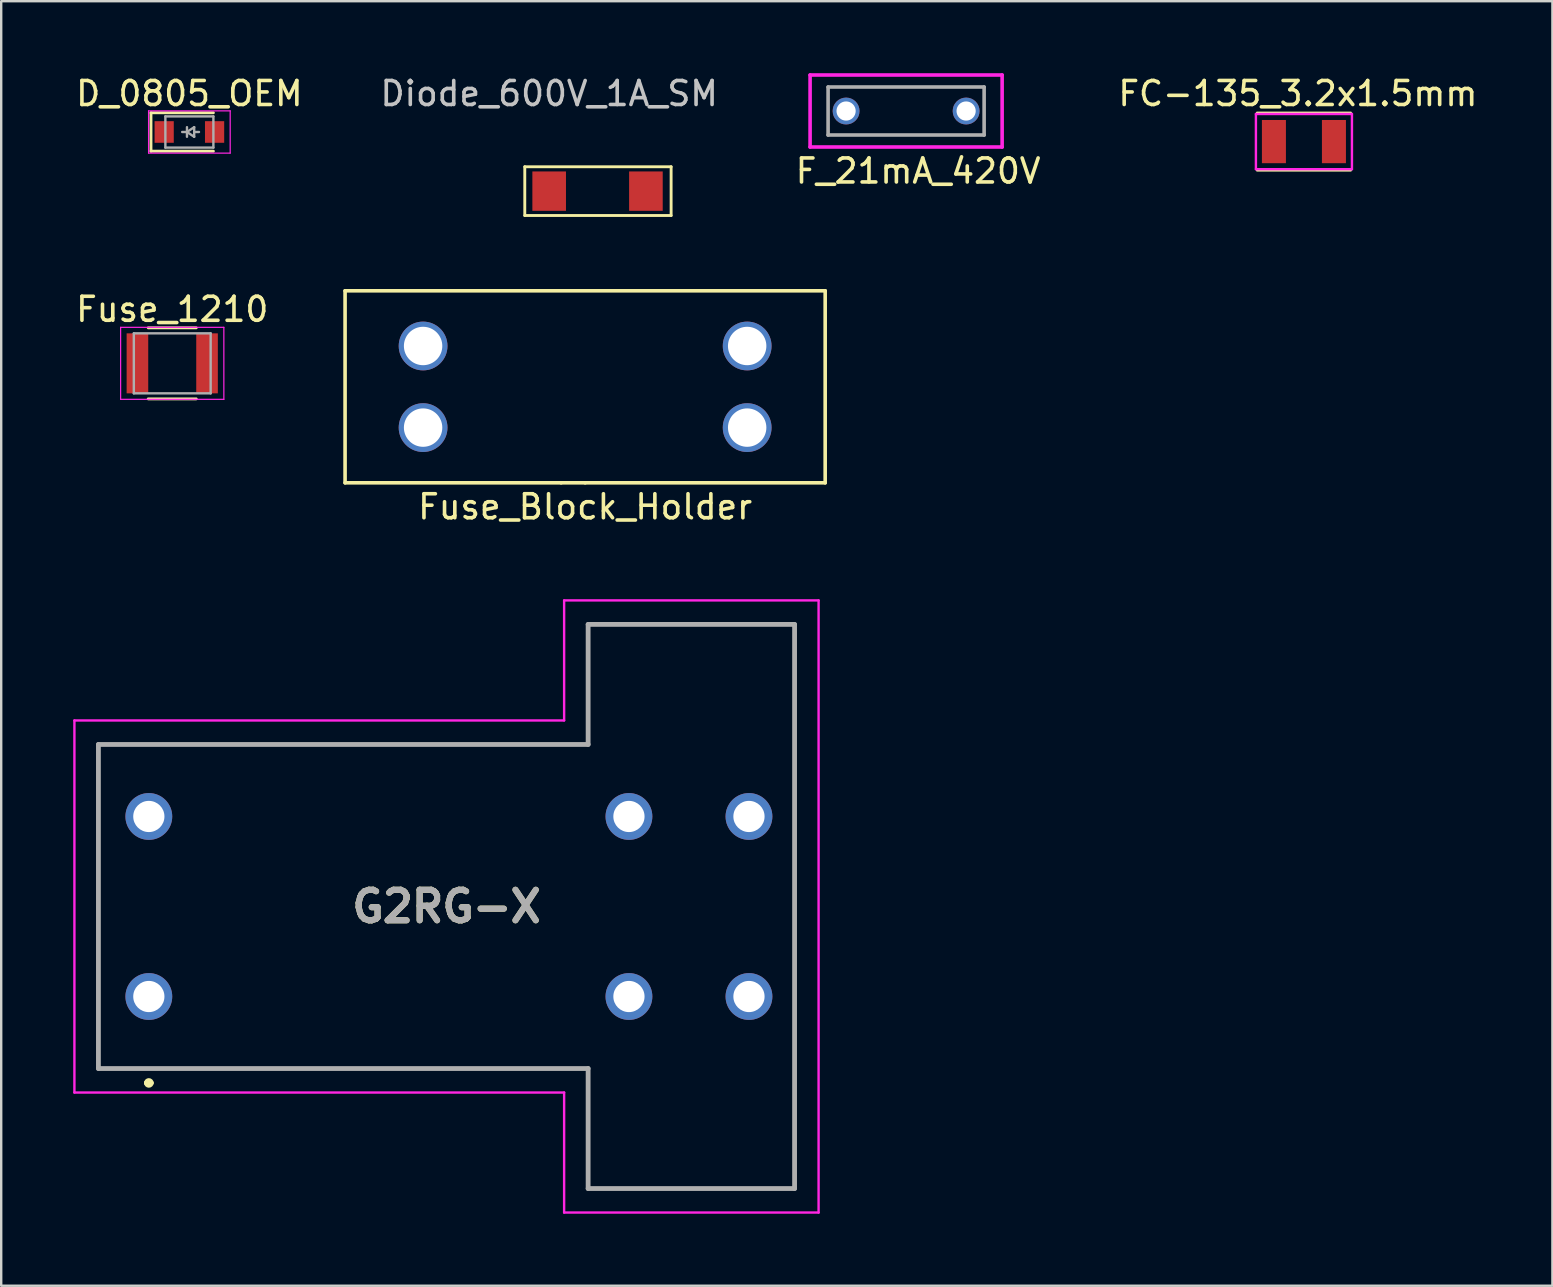
<source format=kicad_pcb>
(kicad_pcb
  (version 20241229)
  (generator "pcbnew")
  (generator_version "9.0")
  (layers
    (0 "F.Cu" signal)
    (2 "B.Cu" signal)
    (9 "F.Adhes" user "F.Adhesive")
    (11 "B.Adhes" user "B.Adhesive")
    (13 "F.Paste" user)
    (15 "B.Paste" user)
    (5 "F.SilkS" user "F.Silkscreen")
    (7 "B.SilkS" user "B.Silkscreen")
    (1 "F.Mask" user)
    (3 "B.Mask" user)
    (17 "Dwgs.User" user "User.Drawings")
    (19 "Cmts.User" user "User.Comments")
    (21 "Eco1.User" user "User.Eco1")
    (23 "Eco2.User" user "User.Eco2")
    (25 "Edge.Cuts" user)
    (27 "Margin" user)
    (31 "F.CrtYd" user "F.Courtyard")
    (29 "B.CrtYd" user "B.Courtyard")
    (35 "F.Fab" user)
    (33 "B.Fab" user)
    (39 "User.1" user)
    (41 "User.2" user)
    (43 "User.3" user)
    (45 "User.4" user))
  (footprint "Diode_600V_1A_SM"
    (layer "F.Cu")
    (at 19.827 4.912)
    (property "Reference" "Diode_600V_1A_SM" (at 0 -4.064 0) (layer "Dwgs.User") (effects (font (size 1 1) (thickness 0.15))))
    (attr through_hole)
    (fp_line (start -1.016 -1.016) (end 5.08 -1.016) (stroke (width 0.12) (type solid)) (layer "F.SilkS"))
    (fp_line (start -1.016 1.016) (end -1.016 -1.016) (stroke (width 0.12) (type solid)) (layer "F.SilkS"))
    (fp_line (start 5.08 -1.016) (end 5.08 1.016) (stroke (width 0.12) (type solid)) (layer "F.SilkS"))
    (fp_line (start 5.08 1.016) (end -1.016 1.016) (stroke (width 0.12) (type solid)) (layer "F.SilkS"))
    (pad "1" smd rect (at 0 0) (size 1.4 1.64) (layers "F.Cu" "F.Mask" "F.Paste"))
    (pad "2" smd rect (at 4.03 0) (size 1.4 1.64) (layers "F.Cu" "F.Mask" "F.Paste")))
  (footprint "F_21mA_420V"
    (layer "F.Cu")
    (at 32.196 1.575)
    (property "Reference" "F_21mA_420V" (at 3 2.5 0) (layer "F.SilkS") (effects (font (size 1 1) (thickness 0.15))))
    (attr through_hole)
    (fp_line (start -1.5 -1.5) (end 6.5 -1.5) (stroke (width 0.15) (type solid)) (layer "F.CrtYd"))
    (fp_line (start -1.5 1.5) (end -1.5 -1.5) (stroke (width 0.15) (type solid)) (layer "F.CrtYd"))
    (fp_line (start 6.5 -1.5) (end 6.5 1.5) (stroke (width 0.15) (type solid)) (layer "F.CrtYd"))
    (fp_line (start 6.5 1.5) (end -1.5 1.5) (stroke (width 0.15) (type solid)) (layer "F.CrtYd"))
    (fp_line (start -0.75 -1) (end 5.75 -1) (stroke (width 0.15) (type solid)) (layer "F.Fab"))
    (fp_line (start -0.75 1) (end -0.75 -1) (stroke (width 0.15) (type solid)) (layer "F.Fab"))
    (fp_line (start 5.75 -1) (end 5.75 1) (stroke (width 0.15) (type solid)) (layer "F.Fab"))
    (fp_line (start 5.75 1) (end -0.75 1) (stroke (width 0.15) (type solid)) (layer "F.Fab"))
    (pad "1" thru_hole circle (at 0 0) (size 1.118 1.118) (drill 0.8) (layers "*.Cu" "*.Mask"))
    (pad "2" thru_hole circle (at 5 0) (size 1.118 1.118) (drill 0.8) (layers "*.Cu" "*.Mask")))
  (footprint "Fuse_1210"
    (layer "F.Cu")
    (at 4.125 12.086)
    (property "Reference" "Fuse_1210" (at 0 -2.25 0) (layer "F.SilkS") (effects (font (size 1 1) (thickness 0.15))))
    (attr smd)
    (fp_line (start -1 -1.48) (end 1 -1.48) (stroke (width 0.12) (type solid)) (layer "F.SilkS"))
    (fp_line (start 1 1.48) (end -1 1.48) (stroke (width 0.12) (type solid)) (layer "F.SilkS"))
    (fp_line (start -2.15 -1.5) (end -2.15 1.5) (stroke (width 0.05) (type solid)) (layer "F.CrtYd"))
    (fp_line (start -2.15 -1.5) (end 2.15 -1.5) (stroke (width 0.05) (type solid)) (layer "F.CrtYd"))
    (fp_line (start 2.15 1.5) (end -2.15 1.5) (stroke (width 0.05) (type solid)) (layer "F.CrtYd"))
    (fp_line (start 2.15 1.5) (end 2.15 -1.5) (stroke (width 0.05) (type solid)) (layer "F.CrtYd"))
    (fp_line (start -1.6 -1.25) (end 1.6 -1.25) (stroke (width 0.1) (type solid)) (layer "F.Fab"))
    (fp_line (start -1.6 1.25) (end -1.6 -1.25) (stroke (width 0.1) (type solid)) (layer "F.Fab"))
    (fp_line (start 1.6 -1.25) (end 1.6 1.25) (stroke (width 0.1) (type solid)) (layer "F.Fab"))
    (fp_line (start 1.6 1.25) (end -1.6 1.25) (stroke (width 0.1) (type solid)) (layer "F.Fab"))
    (pad "1" smd rect (at -1.45 0) (size 0.9 2.5) (layers "F.Cu" "F.Mask" "F.Paste"))
    (pad "2" smd rect (at 1.45 0) (size 0.9 2.5) (layers "F.Cu" "F.Mask" "F.Paste")))
  (footprint "FC-135_3.2x1.5mm"
    (layer "F.Cu")
    (at 50.018 2.848)
    (property "Reference" "FC-135_3.2x1.5mm" (at 1 -2 0) (layer "F.SilkS") (effects (font (size 1 1) (thickness 0.15))))
    (attr through_hole)
    (fp_line (start -0.7 -1.2) (end 3.2 -1.2) (stroke (width 0.1) (type solid)) (layer "F.SilkS"))
    (fp_line (start -0.7 1.2) (end 3.2 1.2) (stroke (width 0.1) (type solid)) (layer "F.SilkS"))
    (fp_line (start -0.75 -1.15) (end -0.75 1.15) (stroke (width 0.1) (type solid)) (layer "F.CrtYd"))
    (fp_line (start -0.75 -1.15) (end 3.25 -1.15) (stroke (width 0.1) (type solid)) (layer "F.CrtYd"))
    (fp_line (start -0.75 1.15) (end 3.25 1.15) (stroke (width 0.1) (type solid)) (layer "F.CrtYd"))
    (fp_line (start 3.25 -1.15) (end 3.25 1.15) (stroke (width 0.1) (type solid)) (layer "F.CrtYd"))
    (pad "1" smd rect (at 0 0) (size 1 1.8) (layers "F.Cu" "F.Mask" "F.Paste"))
    (pad "2" smd rect (at 2.5 0) (size 1 1.8) (layers "F.Cu" "F.Mask" "F.Paste")))
  (footprint "D_0805_OEM"
    (layer "F.Cu")
    (at 4.839 2.448)
    (property "Reference" "D_0805_OEM" (at 0 -1.6 0) (layer "F.SilkS") (effects (font (size 1 1) (thickness 0.15))))
    (attr smd)
    (fp_line (start -1.6 -0.8) (end -1.6 0.8) (stroke (width 0.12) (type solid)) (layer "F.SilkS"))
    (fp_line (start -1.6 -0.8) (end 1 -0.8) (stroke (width 0.12) (type solid)) (layer "F.SilkS"))
    (fp_line (start -1.6 0.8) (end 1 0.8) (stroke (width 0.12) (type solid)) (layer "F.SilkS"))
    (fp_line (start -1.7 -0.88) (end 1.7 -0.88) (stroke (width 0.05) (type solid)) (layer "F.CrtYd"))
    (fp_line (start -1.7 0.88) (end -1.7 -0.88) (stroke (width 0.05) (type solid)) (layer "F.CrtYd"))
    (fp_line (start 1.7 -0.88) (end 1.7 0.88) (stroke (width 0.05) (type solid)) (layer "F.CrtYd"))
    (fp_line (start 1.7 0.88) (end -1.7 0.88) (stroke (width 0.05) (type solid)) (layer "F.CrtYd"))
    (fp_line (start -1 -0.65) (end 1 -0.65) (stroke (width 0.1) (type solid)) (layer "F.Fab"))
    (fp_line (start -1 0.65) (end -1 -0.65) (stroke (width 0.1) (type solid)) (layer "F.Fab"))
    (fp_line (start -0.1 -0.2) (end -0.1 0.2) (stroke (width 0.1) (type solid)) (layer "F.Fab"))
    (fp_line (start -0.1 0) (end -0.3 0) (stroke (width 0.1) (type solid)) (layer "F.Fab"))
    (fp_line (start -0.1 0) (end 0.2 0.2) (stroke (width 0.1) (type solid)) (layer "F.Fab"))
    (fp_line (start 0.2 -0.2) (end -0.1 0) (stroke (width 0.1) (type solid)) (layer "F.Fab"))
    (fp_line (start 0.2 0) (end 0.4 0) (stroke (width 0.1) (type solid)) (layer "F.Fab"))
    (fp_line (start 0.2 0.2) (end 0.2 -0.2) (stroke (width 0.1) (type solid)) (layer "F.Fab"))
    (fp_line (start 1 -0.65) (end 1 0.65) (stroke (width 0.1) (type solid)) (layer "F.Fab"))
    (fp_line (start 1 0.65) (end -1 0.65) (stroke (width 0.1) (type solid)) (layer "F.Fab"))
    (pad "1" smd rect (at -1.05 0) (size 0.8 0.9) (layers "F.Cu" "F.Mask" "F.Paste"))
    (pad "2" smd rect (at 1.05 0) (size 0.8 0.9) (layers "F.Cu" "F.Mask" "F.Paste")))
  (footprint "Fuse_Block_Holder"
    (layer "F.Cu")
    (at 21.325 13.063)
    (property "Reference" "Fuse_Block_Holder" (at 0 5 0) (layer "F.SilkS") (effects (font (size 1 1) (thickness 0.15))))
    (attr through_hole)
    (fp_line (start -10 -4) (end -10 4) (stroke (width 0.15) (type solid)) (layer "F.SilkS"))
    (fp_line (start -10 4) (end -1 4) (stroke (width 0.15) (type solid)) (layer "F.SilkS"))
    (fp_line (start -1 4) (end 0 4) (stroke (width 0.15) (type solid)) (layer "F.SilkS"))
    (fp_line (start 0 4) (end 10 4) (stroke (width 0.15) (type solid)) (layer "F.SilkS"))
    (fp_line (start 10 -4) (end -10 -4) (stroke (width 0.15) (type solid)) (layer "F.SilkS"))
    (fp_line (start 10 4) (end 10 -4) (stroke (width 0.15) (type solid)) (layer "F.SilkS"))
    (pad "1" thru_hole circle (at -6.75 -1.7 90) (size 2.032 2.032) (drill 1.6) (layers "*.Cu" "*.Mask"))
    (pad "1" thru_hole circle (at -6.75 1.7) (size 2.032 2.032) (drill 1.6) (layers "*.Cu" "*.Mask"))
    (pad "2" thru_hole circle (at 6.75 -1.7) (size 2.032 2.032) (drill 1.6) (layers "*.Cu" "*.Mask"))
    (pad "2" thru_hole circle (at 6.75 1.7) (size 2.032 2.032) (drill 1.6) (layers "*.Cu" "*.Mask")))
  (footprint "G2RG-X"
    (layer "F.Cu")
    (at 3.15 38.462)
    (property "Reference" "G2RG-X" (at 12.4 -3.75 0) (layer "F.SilkS") (effects (font (size 1.27 1.27) (thickness 0.254))))
    (attr through_hole)
    (fp_line (start -2.1 -10.5) (end -2.1 3) (stroke (width 0.1) (type solid)) (layer "F.SilkS"))
    (fp_line (start -2.1 3) (end 18.3 3) (stroke (width 0.1) (type solid)) (layer "F.SilkS"))
    (fp_line (start -0.1 3.6) (end -0.1 3.6) (stroke (width 0.2) (type solid)) (layer "F.SilkS"))
    (fp_line (start 0.1 3.6) (end 0.1 3.6) (stroke (width 0.2) (type solid)) (layer "F.SilkS"))
    (fp_line (start 18.3 -15.5) (end 18.3 -10.5) (stroke (width 0.1) (type solid)) (layer "F.SilkS"))
    (fp_line (start 18.3 -10.5) (end -2.1 -10.5) (stroke (width 0.1) (type solid)) (layer "F.SilkS"))
    (fp_line (start 18.3 3) (end 18.3 8) (stroke (width 0.1) (type solid)) (layer "F.SilkS"))
    (fp_line (start 18.3 8) (end 26.9 8) (stroke (width 0.1) (type solid)) (layer "F.SilkS"))
    (fp_line (start 26.9 -15.5) (end 18.3 -15.5) (stroke (width 0.1) (type solid)) (layer "F.SilkS"))
    (fp_line (start 26.9 8) (end 26.9 -15.5) (stroke (width 0.1) (type solid)) (layer "F.SilkS"))
    (fp_arc (start -0.1 3.6) (mid 0 3.5) (end 0.1 3.6) (stroke (width 0.2) (type solid)) (layer "F.SilkS"))
    (fp_arc (start 0.1 3.6) (mid 0 3.7) (end -0.1 3.6) (stroke (width 0.2) (type solid)) (layer "F.SilkS"))
    (fp_line (start -3.1 -11.5) (end 17.3 -11.5) (stroke (width 0.1) (type solid)) (layer "F.CrtYd"))
    (fp_line (start -3.1 4) (end -3.1 -11.5) (stroke (width 0.1) (type solid)) (layer "F.CrtYd"))
    (fp_line (start 17.3 -16.5) (end 27.9 -16.5) (stroke (width 0.1) (type solid)) (layer "F.CrtYd"))
    (fp_line (start 17.3 -11.5) (end 17.3 -16.5) (stroke (width 0.1) (type solid)) (layer "F.CrtYd"))
    (fp_line (start 17.3 4) (end -3.1 4) (stroke (width 0.1) (type solid)) (layer "F.CrtYd"))
    (fp_line (start 17.3 9) (end 17.3 4) (stroke (width 0.1) (type solid)) (layer "F.CrtYd"))
    (fp_line (start 27.9 -16.5) (end 27.9 9) (stroke (width 0.1) (type solid)) (layer "F.CrtYd"))
    (fp_line (start 27.9 9) (end 17.3 9) (stroke (width 0.1) (type solid)) (layer "F.CrtYd"))
    (fp_line (start -2.1 -10.5) (end -2.1 3) (stroke (width 0.2) (type solid)) (layer "F.Fab"))
    (fp_line (start -2.1 3) (end 18.3 3) (stroke (width 0.2) (type solid)) (layer "F.Fab"))
    (fp_line (start 18.3 -15.5) (end 18.3 -10.5) (stroke (width 0.2) (type solid)) (layer "F.Fab"))
    (fp_line (start 18.3 -10.5) (end -2.1 -10.5) (stroke (width 0.2) (type solid)) (layer "F.Fab"))
    (fp_line (start 18.3 3) (end 18.3 8) (stroke (width 0.2) (type solid)) (layer "F.Fab"))
    (fp_line (start 18.3 8) (end 26.9 8) (stroke (width 0.2) (type solid)) (layer "F.Fab"))
    (fp_line (start 26.9 -15.5) (end 18.3 -15.5) (stroke (width 0.2) (type solid)) (layer "F.Fab"))
    (fp_line (start 26.9 8) (end 26.9 -15.5) (stroke (width 0.2) (type solid)) (layer "F.Fab"))
    (fp_text user "${REFERENCE}" (at 12.4 -3.75 0) (layer "F.Fab") (effects (font (size 1.27 1.27) (thickness 0.254))))
    (pad "1" thru_hole circle (at 0 0) (size 1.95 1.95) (drill 1.3) (layers "*.Cu" "*.Mask"))
    (pad "3" thru_hole circle (at 20 0) (size 1.95 1.95) (drill 1.3) (layers "*.Cu" "*.Mask"))
    (pad "4" thru_hole circle (at 25 0) (size 1.95 1.95) (drill 1.3) (layers "*.Cu" "*.Mask"))
    (pad "5" thru_hole circle (at 25 -7.5) (size 1.95 1.95) (drill 1.3) (layers "*.Cu" "*.Mask"))
    (pad "6" thru_hole circle (at 20 -7.5) (size 1.95 1.95) (drill 1.3) (layers "*.Cu" "*.Mask"))
    (pad "8" thru_hole circle (at 0 -7.5) (size 1.95 1.95) (drill 1.3) (layers "*.Cu" "*.Mask")))
  (gr_rect
    (start -3 -3)
    (end 61.619 50.511)
    (stroke (width 0.1) (type default))
    (fill no)
    (layer "Edge.Cuts")))
</source>
